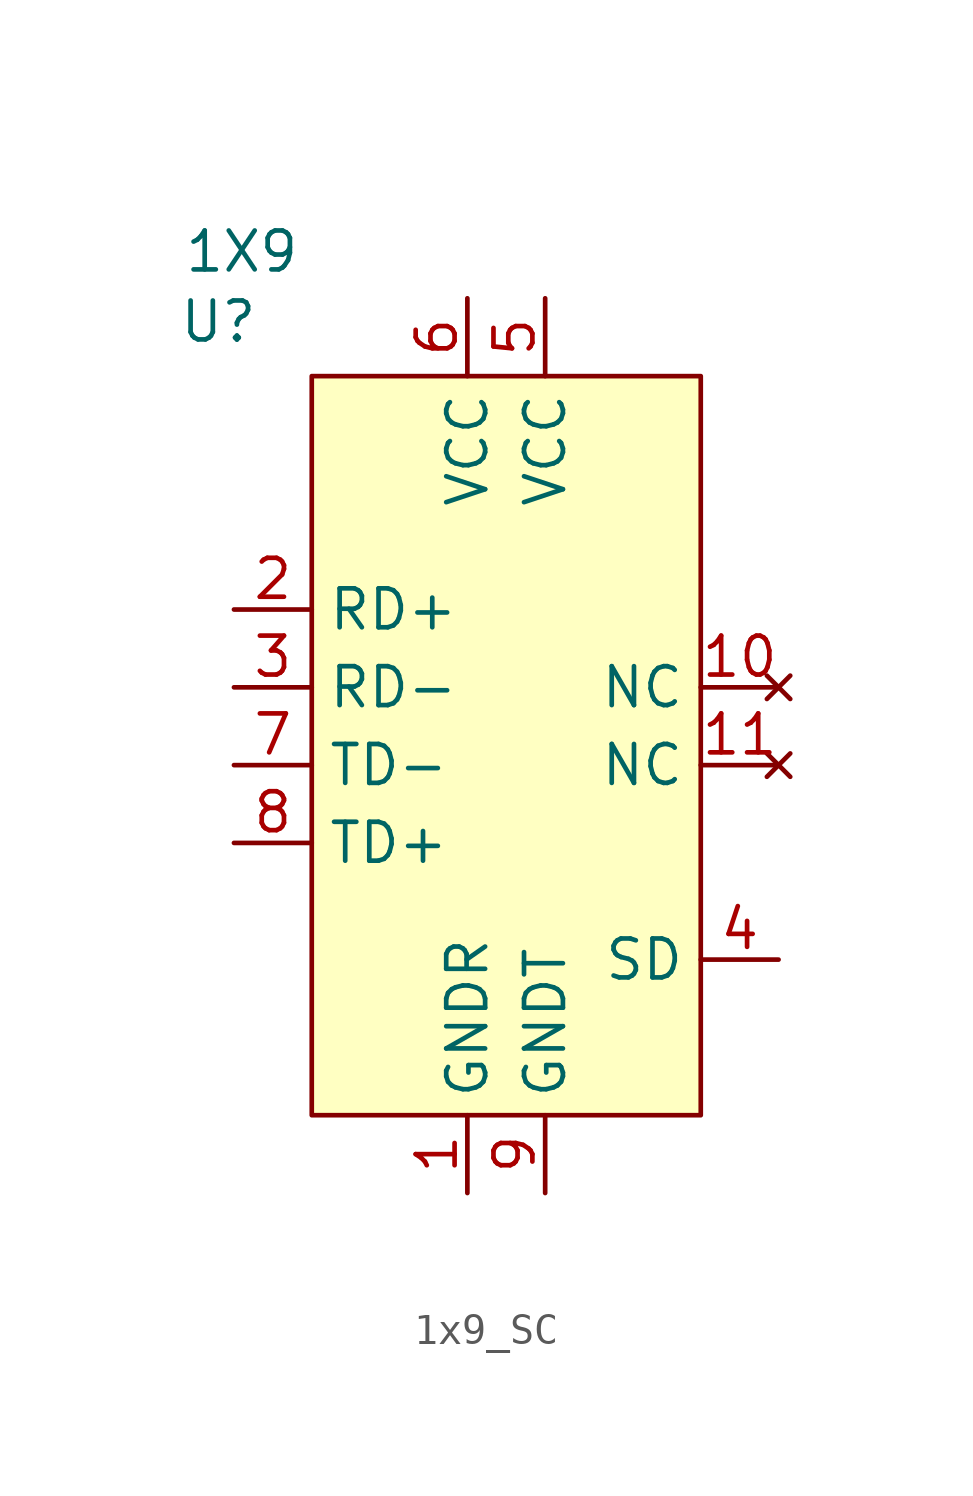
<source format=kicad_sym>
(kicad_symbol_lib
  (version 20231120)
  (generator "kicad_symbol_editor")
  (generator_version "8.0")
  (symbol "1x9_SC"
    (property "Reference" "U"
      (at -9.398 14.478 0)
      (effects (font (size 1.27 1.27))))
    (property "Value" "1X9"
      (at -8.636 16.764 0)
      (effects (font (size 1.27 1.27))))
    (symbol "1x9_SC_1_1"
      (rectangle (start -6.35 12.7) (end 6.35 -11.43) (stroke (width 0) (type default)) (fill (type background)))
      (pin output line (at -1.27 -13.97 90) (length 2.54) (name "GNDR" (effects (font (size 1.27 1.27)))) (number "1" (effects (font (size 1.27 1.27)))))
      (pin no_connect line (at 8.89 2.54 180) (length 2.54) (name "NC" (effects (font (size 1.27 1.27)))) (number "10" (effects (font (size 1.27 1.27)))))
      (pin no_connect line (at 8.89 0 180) (length 2.54) (name "NC" (effects (font (size 1.27 1.27)))) (number "11" (effects (font (size 1.27 1.27)))))
      (pin output line (at -8.89 5.08 0) (length 2.54) (name "RD+" (effects (font (size 1.27 1.27)))) (number "2" (effects (font (size 1.27 1.27)))))
      (pin output line (at -8.89 2.54 0) (length 2.54) (name "RD-" (effects (font (size 1.27 1.27)))) (number "3" (effects (font (size 1.27 1.27)))))
      (pin output line (at 8.89 -6.35 180) (length 2.54) (name "SD" (effects (font (size 1.27 1.27)))) (number "4" (effects (font (size 1.27 1.27)))))
      (pin input line (at 1.27 15.24 270) (length 2.54) (name "VCC" (effects (font (size 1.27 1.27)))) (number "5" (effects (font (size 1.27 1.27)))))
      (pin input line (at -1.27 15.24 270) (length 2.54) (name "VCC" (effects (font (size 1.27 1.27)))) (number "6" (effects (font (size 1.27 1.27)))))
      (pin input line (at -8.89 0 0) (length 2.54) (name "TD-" (effects (font (size 1.27 1.27)))) (number "7" (effects (font (size 1.27 1.27)))))
      (pin input line (at -8.89 -2.54 0) (length 2.54) (name "TD+" (effects (font (size 1.27 1.27)))) (number "8" (effects (font (size 1.27 1.27)))))
      (pin output line (at 1.27 -13.97 90) (length 2.54) (name "GNDT" (effects (font (size 1.27 1.27)))) (number "9" (effects (font (size 1.27 1.27))))))))
</source>
